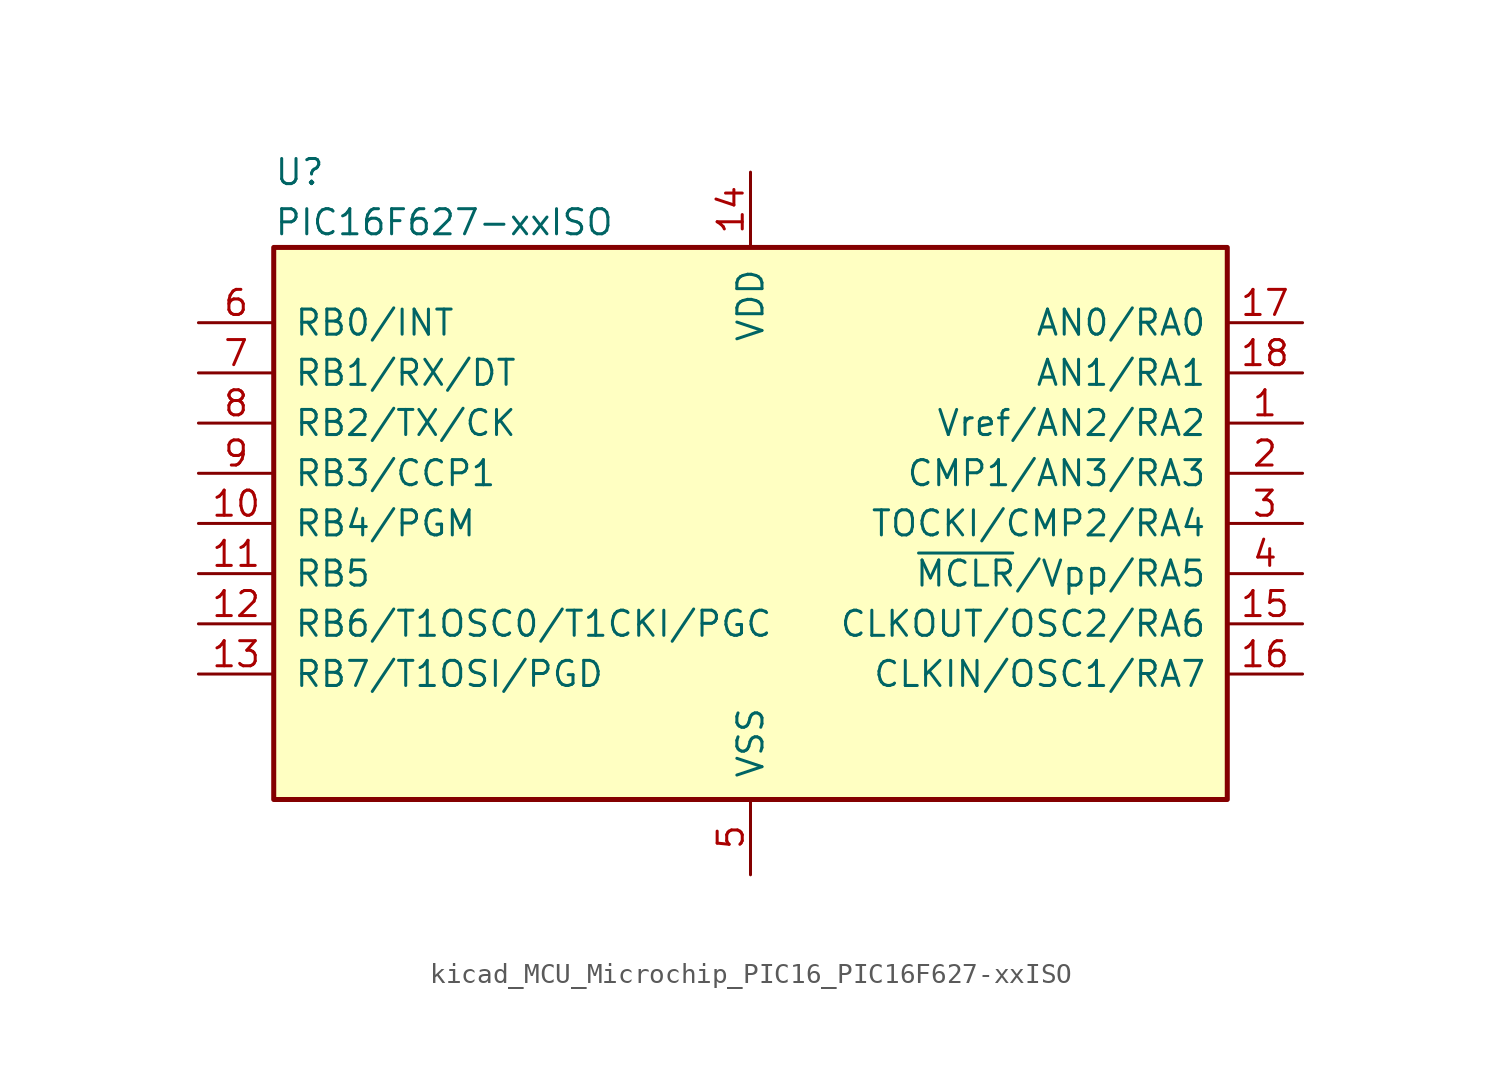
<source format=kicad_sym>
(kicad_symbol_lib
  (version 20220914)
  (generator kicad_symbol_editor)
  (symbol "kicad_MCU_Microchip_PIC16_PIC16F627-xxISO"
    (pin_names
      (offset 1.016))
    (property "Reference" "U"
      (at -24.13 17.78 0)
      (effects (font (size 1.27 1.27)) (justify left)))
    (property "Value" "PIC16F627-xxISO"
      (at -24.13 15.24 0)
      (effects (font (size 1.27 1.27)) (justify left)))
    (symbol "kicad_MCU_Microchip_PIC16_PIC16F627-xxISO_0_1"
      (rectangle (start 24.13 13.97) (end -24.13 -13.97) (stroke (width 0.254) (type default)) (fill (type background))))
    (symbol "kicad_MCU_Microchip_PIC16_PIC16F627-xxISO_1_1"
      (pin bidirectional line (at 27.94 5.08 180) (length 3.81) (name "Vref/AN2/RA2" (effects (font (size 1.27 1.27)))) (number "1" (effects (font (size 1.27 1.27)))))
      (pin bidirectional line (at -27.94 0 0) (length 3.81) (name "RB4/PGM" (effects (font (size 1.27 1.27)))) (number "10" (effects (font (size 1.27 1.27)))))
      (pin bidirectional line (at -27.94 -2.54 0) (length 3.81) (name "RB5" (effects (font (size 1.27 1.27)))) (number "11" (effects (font (size 1.27 1.27)))))
      (pin bidirectional line (at -27.94 -5.08 0) (length 3.81) (name "RB6/T1OSC0/T1CKI/PGC" (effects (font (size 1.27 1.27)))) (number "12" (effects (font (size 1.27 1.27)))))
      (pin bidirectional line (at -27.94 -7.62 0) (length 3.81) (name "RB7/T1OSI/PGD" (effects (font (size 1.27 1.27)))) (number "13" (effects (font (size 1.27 1.27)))))
      (pin power_in line (at 0 17.78 270) (length 3.81) (name "VDD" (effects (font (size 1.27 1.27)))) (number "14" (effects (font (size 1.27 1.27)))))
      (pin bidirectional line (at 27.94 -5.08 180) (length 3.81) (name "CLKOUT/OSC2/RA6" (effects (font (size 1.27 1.27)))) (number "15" (effects (font (size 1.27 1.27)))))
      (pin bidirectional line (at 27.94 -7.62 180) (length 3.81) (name "CLKIN/OSC1/RA7" (effects (font (size 1.27 1.27)))) (number "16" (effects (font (size 1.27 1.27)))))
      (pin bidirectional line (at 27.94 10.16 180) (length 3.81) (name "AN0/RA0" (effects (font (size 1.27 1.27)))) (number "17" (effects (font (size 1.27 1.27)))))
      (pin bidirectional line (at 27.94 7.62 180) (length 3.81) (name "AN1/RA1" (effects (font (size 1.27 1.27)))) (number "18" (effects (font (size 1.27 1.27)))))
      (pin bidirectional line (at 27.94 2.54 180) (length 3.81) (name "CMP1/AN3/RA3" (effects (font (size 1.27 1.27)))) (number "2" (effects (font (size 1.27 1.27)))))
      (pin bidirectional line (at 27.94 0 180) (length 3.81) (name "TOCKI/CMP2/RA4" (effects (font (size 1.27 1.27)))) (number "3" (effects (font (size 1.27 1.27)))))
      (pin input line (at 27.94 -2.54 180) (length 3.81) (name "~{MCLR}/Vpp/RA5" (effects (font (size 1.27 1.27)))) (number "4" (effects (font (size 1.27 1.27)))))
      (pin power_in line (at 0 -17.78 90) (length 3.81) (name "VSS" (effects (font (size 1.27 1.27)))) (number "5" (effects (font (size 1.27 1.27)))))
      (pin bidirectional line (at -27.94 10.16 0) (length 3.81) (name "RB0/INT" (effects (font (size 1.27 1.27)))) (number "6" (effects (font (size 1.27 1.27)))))
      (pin bidirectional line (at -27.94 7.62 0) (length 3.81) (name "RB1/RX/DT" (effects (font (size 1.27 1.27)))) (number "7" (effects (font (size 1.27 1.27)))))
      (pin bidirectional line (at -27.94 5.08 0) (length 3.81) (name "RB2/TX/CK" (effects (font (size 1.27 1.27)))) (number "8" (effects (font (size 1.27 1.27)))))
      (pin bidirectional line (at -27.94 2.54 0) (length 3.81) (name "RB3/CCP1" (effects (font (size 1.27 1.27)))) (number "9" (effects (font (size 1.27 1.27))))))))
</source>
